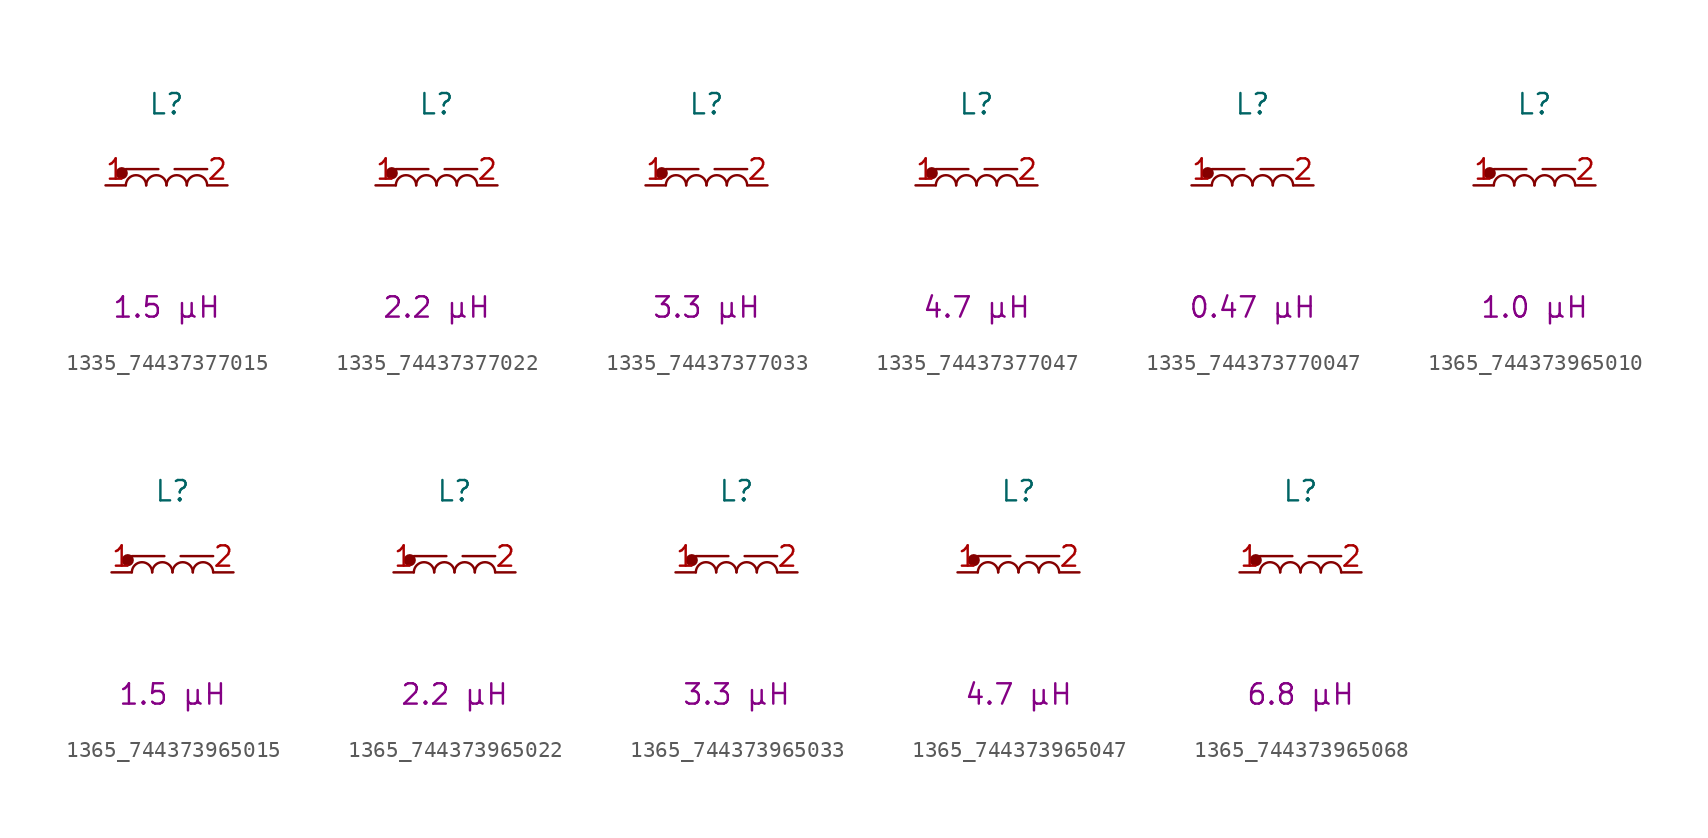
<source format=kicad_sym>
(kicad_symbol_lib
  (version 20220914)
  (generator kicad_symbol_editor)
  (symbol "1335_74437377015"
    (pin_names hide)
    (property "Reference" "L"
      (at 0 5.08 0)
      (effects (font (size 1.27 1.27))))
    (property "Critical Parameter" "1.5 µH"
      (at 0 -7.62 0)
      (effects (font (size 1.27 1.27))))
    (symbol "1335_74437377015_0_1"
      (arc (start -1.27 0) (mid -1.905 0.6323) (end -2.54 0) (stroke (width 0) (type default)) (fill (type none)))
      (arc (start 0 0) (mid -0.635 0.6323) (end -1.27 0) (stroke (width 0) (type default)) (fill (type none)))
      (polyline (pts (xy -2.54 1.016) (xy -0.508 1.016)) (stroke (width 0) (type default)) (fill (type none)))
      (arc (start 1.27 0) (mid 0.635 0.6323) (end 0 0) (stroke (width 0) (type default)) (fill (type none)))
      (arc (start 2.54 0) (mid 1.905 0.6323) (end 1.27 0) (stroke (width 0) (type default)) (fill (type none))))
    (symbol "1335_74437377015_1_1"
      (circle (center -2.794 0.762) (radius 0.0001) (stroke (width 0.381) (type default)) (fill (type none)))
      (polyline (pts (xy 2.54 1.016) (xy 0.508 1.016)) (stroke (width 0) (type default)) (fill (type none)))
      (pin passive line (at -3.81 0 0) (length 1.27) (name "1" (effects (font (size 1.27 1.27)))) (number "1" (effects (font (size 1.27 1.27)))))
      (pin passive line (at 3.81 0 180) (length 1.27) (name "2" (effects (font (size 1.27 1.27)))) (number "2" (effects (font (size 1.27 1.27)))))))
  (symbol "1335_74437377022"
    (pin_names hide)
    (property "Reference" "L"
      (at 0 5.08 0)
      (effects (font (size 1.27 1.27))))
    (property "Critical Parameter" "2.2 µH"
      (at 0 -7.62 0)
      (effects (font (size 1.27 1.27))))
    (symbol "1335_74437377022_0_1"
      (arc (start -1.27 0) (mid -1.905 0.6323) (end -2.54 0) (stroke (width 0) (type default)) (fill (type none)))
      (arc (start 0 0) (mid -0.635 0.6323) (end -1.27 0) (stroke (width 0) (type default)) (fill (type none)))
      (polyline (pts (xy -2.54 1.016) (xy -0.508 1.016)) (stroke (width 0) (type default)) (fill (type none)))
      (arc (start 1.27 0) (mid 0.635 0.6323) (end 0 0) (stroke (width 0) (type default)) (fill (type none)))
      (arc (start 2.54 0) (mid 1.905 0.6323) (end 1.27 0) (stroke (width 0) (type default)) (fill (type none))))
    (symbol "1335_74437377022_1_1"
      (circle (center -2.794 0.762) (radius 0.0001) (stroke (width 0.381) (type default)) (fill (type none)))
      (polyline (pts (xy 2.54 1.016) (xy 0.508 1.016)) (stroke (width 0) (type default)) (fill (type none)))
      (pin passive line (at -3.81 0 0) (length 1.27) (name "1" (effects (font (size 1.27 1.27)))) (number "1" (effects (font (size 1.27 1.27)))))
      (pin passive line (at 3.81 0 180) (length 1.27) (name "2" (effects (font (size 1.27 1.27)))) (number "2" (effects (font (size 1.27 1.27)))))))
  (symbol "1335_74437377033"
    (pin_names hide)
    (property "Reference" "L"
      (at 0 5.08 0)
      (effects (font (size 1.27 1.27))))
    (property "Critical Parameter" "3.3 µH"
      (at 0 -7.62 0)
      (effects (font (size 1.27 1.27))))
    (symbol "1335_74437377033_0_1"
      (arc (start -1.27 0) (mid -1.905 0.6323) (end -2.54 0) (stroke (width 0) (type default)) (fill (type none)))
      (arc (start 0 0) (mid -0.635 0.6323) (end -1.27 0) (stroke (width 0) (type default)) (fill (type none)))
      (polyline (pts (xy -2.54 1.016) (xy -0.508 1.016)) (stroke (width 0) (type default)) (fill (type none)))
      (arc (start 1.27 0) (mid 0.635 0.6323) (end 0 0) (stroke (width 0) (type default)) (fill (type none)))
      (arc (start 2.54 0) (mid 1.905 0.6323) (end 1.27 0) (stroke (width 0) (type default)) (fill (type none))))
    (symbol "1335_74437377033_1_1"
      (circle (center -2.794 0.762) (radius 0.0001) (stroke (width 0.381) (type default)) (fill (type none)))
      (polyline (pts (xy 2.54 1.016) (xy 0.508 1.016)) (stroke (width 0) (type default)) (fill (type none)))
      (pin passive line (at -3.81 0 0) (length 1.27) (name "1" (effects (font (size 1.27 1.27)))) (number "1" (effects (font (size 1.27 1.27)))))
      (pin passive line (at 3.81 0 180) (length 1.27) (name "2" (effects (font (size 1.27 1.27)))) (number "2" (effects (font (size 1.27 1.27)))))))
  (symbol "1335_74437377047"
    (pin_names hide)
    (property "Reference" "L"
      (at 0 5.08 0)
      (effects (font (size 1.27 1.27))))
    (property "Critical Parameter" "4.7 µH"
      (at 0 -7.62 0)
      (effects (font (size 1.27 1.27))))
    (symbol "1335_74437377047_0_1"
      (arc (start -1.27 0) (mid -1.905 0.6323) (end -2.54 0) (stroke (width 0) (type default)) (fill (type none)))
      (arc (start 0 0) (mid -0.635 0.6323) (end -1.27 0) (stroke (width 0) (type default)) (fill (type none)))
      (polyline (pts (xy -2.54 1.016) (xy -0.508 1.016)) (stroke (width 0) (type default)) (fill (type none)))
      (arc (start 1.27 0) (mid 0.635 0.6323) (end 0 0) (stroke (width 0) (type default)) (fill (type none)))
      (arc (start 2.54 0) (mid 1.905 0.6323) (end 1.27 0) (stroke (width 0) (type default)) (fill (type none))))
    (symbol "1335_74437377047_1_1"
      (circle (center -2.794 0.762) (radius 0.0001) (stroke (width 0.381) (type default)) (fill (type none)))
      (polyline (pts (xy 2.54 1.016) (xy 0.508 1.016)) (stroke (width 0) (type default)) (fill (type none)))
      (pin passive line (at -3.81 0 0) (length 1.27) (name "1" (effects (font (size 1.27 1.27)))) (number "1" (effects (font (size 1.27 1.27)))))
      (pin passive line (at 3.81 0 180) (length 1.27) (name "2" (effects (font (size 1.27 1.27)))) (number "2" (effects (font (size 1.27 1.27)))))))
  (symbol "1335_744373770047"
    (pin_names hide)
    (property "Reference" "L"
      (at 0 5.08 0)
      (effects (font (size 1.27 1.27))))
    (property "Critical Parameter" "0.47 µH"
      (at 0 -7.62 0)
      (effects (font (size 1.27 1.27))))
    (symbol "1335_744373770047_0_1"
      (arc (start -1.27 0) (mid -1.905 0.6323) (end -2.54 0) (stroke (width 0) (type default)) (fill (type none)))
      (arc (start 0 0) (mid -0.635 0.6323) (end -1.27 0) (stroke (width 0) (type default)) (fill (type none)))
      (polyline (pts (xy -2.54 1.016) (xy -0.508 1.016)) (stroke (width 0) (type default)) (fill (type none)))
      (arc (start 1.27 0) (mid 0.635 0.6323) (end 0 0) (stroke (width 0) (type default)) (fill (type none)))
      (arc (start 2.54 0) (mid 1.905 0.6323) (end 1.27 0) (stroke (width 0) (type default)) (fill (type none))))
    (symbol "1335_744373770047_1_1"
      (circle (center -2.794 0.762) (radius 0.0001) (stroke (width 0.381) (type default)) (fill (type none)))
      (polyline (pts (xy 2.54 1.016) (xy 0.508 1.016)) (stroke (width 0) (type default)) (fill (type none)))
      (pin passive line (at -3.81 0 0) (length 1.27) (name "1" (effects (font (size 1.27 1.27)))) (number "1" (effects (font (size 1.27 1.27)))))
      (pin passive line (at 3.81 0 180) (length 1.27) (name "2" (effects (font (size 1.27 1.27)))) (number "2" (effects (font (size 1.27 1.27)))))))
  (symbol "1365_744373965010"
    (pin_names hide)
    (property "Reference" "L"
      (at 0 5.08 0)
      (effects (font (size 1.27 1.27))))
    (property "Critical Parameter" "1.0 µH"
      (at 0 -7.62 0)
      (effects (font (size 1.27 1.27))))
    (symbol "1365_744373965010_0_1"
      (arc (start -1.27 0) (mid -1.905 0.6323) (end -2.54 0) (stroke (width 0) (type default)) (fill (type none)))
      (arc (start 0 0) (mid -0.635 0.6323) (end -1.27 0) (stroke (width 0) (type default)) (fill (type none)))
      (polyline (pts (xy -2.54 1.016) (xy -0.508 1.016)) (stroke (width 0) (type default)) (fill (type none)))
      (arc (start 1.27 0) (mid 0.635 0.6323) (end 0 0) (stroke (width 0) (type default)) (fill (type none)))
      (arc (start 2.54 0) (mid 1.905 0.6323) (end 1.27 0) (stroke (width 0) (type default)) (fill (type none))))
    (symbol "1365_744373965010_1_1"
      (circle (center -2.794 0.762) (radius 0.0001) (stroke (width 0.381) (type default)) (fill (type none)))
      (polyline (pts (xy 2.54 1.016) (xy 0.508 1.016)) (stroke (width 0) (type default)) (fill (type none)))
      (pin passive line (at -3.81 0 0) (length 1.27) (name "1" (effects (font (size 1.27 1.27)))) (number "1" (effects (font (size 1.27 1.27)))))
      (pin passive line (at 3.81 0 180) (length 1.27) (name "2" (effects (font (size 1.27 1.27)))) (number "2" (effects (font (size 1.27 1.27)))))))
  (symbol "1365_744373965015"
    (pin_names hide)
    (property "Reference" "L"
      (at 0 5.08 0)
      (effects (font (size 1.27 1.27))))
    (property "Critical Parameter" "1.5 µH"
      (at 0 -7.62 0)
      (effects (font (size 1.27 1.27))))
    (symbol "1365_744373965015_0_1"
      (arc (start -1.27 0) (mid -1.905 0.6323) (end -2.54 0) (stroke (width 0) (type default)) (fill (type none)))
      (arc (start 0 0) (mid -0.635 0.6323) (end -1.27 0) (stroke (width 0) (type default)) (fill (type none)))
      (polyline (pts (xy -2.54 1.016) (xy -0.508 1.016)) (stroke (width 0) (type default)) (fill (type none)))
      (arc (start 1.27 0) (mid 0.635 0.6323) (end 0 0) (stroke (width 0) (type default)) (fill (type none)))
      (arc (start 2.54 0) (mid 1.905 0.6323) (end 1.27 0) (stroke (width 0) (type default)) (fill (type none))))
    (symbol "1365_744373965015_1_1"
      (circle (center -2.794 0.762) (radius 0.0001) (stroke (width 0.381) (type default)) (fill (type none)))
      (polyline (pts (xy 2.54 1.016) (xy 0.508 1.016)) (stroke (width 0) (type default)) (fill (type none)))
      (pin passive line (at -3.81 0 0) (length 1.27) (name "1" (effects (font (size 1.27 1.27)))) (number "1" (effects (font (size 1.27 1.27)))))
      (pin passive line (at 3.81 0 180) (length 1.27) (name "2" (effects (font (size 1.27 1.27)))) (number "2" (effects (font (size 1.27 1.27)))))))
  (symbol "1365_744373965022"
    (pin_names hide)
    (property "Reference" "L"
      (at 0 5.08 0)
      (effects (font (size 1.27 1.27))))
    (property "Critical Parameter" "2.2 µH"
      (at 0 -7.62 0)
      (effects (font (size 1.27 1.27))))
    (symbol "1365_744373965022_0_1"
      (arc (start -1.27 0) (mid -1.905 0.6323) (end -2.54 0) (stroke (width 0) (type default)) (fill (type none)))
      (arc (start 0 0) (mid -0.635 0.6323) (end -1.27 0) (stroke (width 0) (type default)) (fill (type none)))
      (polyline (pts (xy -2.54 1.016) (xy -0.508 1.016)) (stroke (width 0) (type default)) (fill (type none)))
      (arc (start 1.27 0) (mid 0.635 0.6323) (end 0 0) (stroke (width 0) (type default)) (fill (type none)))
      (arc (start 2.54 0) (mid 1.905 0.6323) (end 1.27 0) (stroke (width 0) (type default)) (fill (type none))))
    (symbol "1365_744373965022_1_1"
      (circle (center -2.794 0.762) (radius 0.0001) (stroke (width 0.381) (type default)) (fill (type none)))
      (polyline (pts (xy 2.54 1.016) (xy 0.508 1.016)) (stroke (width 0) (type default)) (fill (type none)))
      (pin passive line (at -3.81 0 0) (length 1.27) (name "1" (effects (font (size 1.27 1.27)))) (number "1" (effects (font (size 1.27 1.27)))))
      (pin passive line (at 3.81 0 180) (length 1.27) (name "2" (effects (font (size 1.27 1.27)))) (number "2" (effects (font (size 1.27 1.27)))))))
  (symbol "1365_744373965033"
    (pin_names hide)
    (property "Reference" "L"
      (at 0 5.08 0)
      (effects (font (size 1.27 1.27))))
    (property "Critical Parameter" "3.3 µH"
      (at 0 -7.62 0)
      (effects (font (size 1.27 1.27))))
    (symbol "1365_744373965033_0_1"
      (arc (start -1.27 0) (mid -1.905 0.6323) (end -2.54 0) (stroke (width 0) (type default)) (fill (type none)))
      (arc (start 0 0) (mid -0.635 0.6323) (end -1.27 0) (stroke (width 0) (type default)) (fill (type none)))
      (polyline (pts (xy -2.54 1.016) (xy -0.508 1.016)) (stroke (width 0) (type default)) (fill (type none)))
      (arc (start 1.27 0) (mid 0.635 0.6323) (end 0 0) (stroke (width 0) (type default)) (fill (type none)))
      (arc (start 2.54 0) (mid 1.905 0.6323) (end 1.27 0) (stroke (width 0) (type default)) (fill (type none))))
    (symbol "1365_744373965033_1_1"
      (circle (center -2.794 0.762) (radius 0.0001) (stroke (width 0.381) (type default)) (fill (type none)))
      (polyline (pts (xy 2.54 1.016) (xy 0.508 1.016)) (stroke (width 0) (type default)) (fill (type none)))
      (pin passive line (at -3.81 0 0) (length 1.27) (name "1" (effects (font (size 1.27 1.27)))) (number "1" (effects (font (size 1.27 1.27)))))
      (pin passive line (at 3.81 0 180) (length 1.27) (name "2" (effects (font (size 1.27 1.27)))) (number "2" (effects (font (size 1.27 1.27)))))))
  (symbol "1365_744373965047"
    (pin_names hide)
    (property "Reference" "L"
      (at 0 5.08 0)
      (effects (font (size 1.27 1.27))))
    (property "Critical Parameter" "4.7 µH"
      (at 0 -7.62 0)
      (effects (font (size 1.27 1.27))))
    (symbol "1365_744373965047_0_1"
      (arc (start -1.27 0) (mid -1.905 0.6323) (end -2.54 0) (stroke (width 0) (type default)) (fill (type none)))
      (arc (start 0 0) (mid -0.635 0.6323) (end -1.27 0) (stroke (width 0) (type default)) (fill (type none)))
      (polyline (pts (xy -2.54 1.016) (xy -0.508 1.016)) (stroke (width 0) (type default)) (fill (type none)))
      (arc (start 1.27 0) (mid 0.635 0.6323) (end 0 0) (stroke (width 0) (type default)) (fill (type none)))
      (arc (start 2.54 0) (mid 1.905 0.6323) (end 1.27 0) (stroke (width 0) (type default)) (fill (type none))))
    (symbol "1365_744373965047_1_1"
      (circle (center -2.794 0.762) (radius 0.0001) (stroke (width 0.381) (type default)) (fill (type none)))
      (polyline (pts (xy 2.54 1.016) (xy 0.508 1.016)) (stroke (width 0) (type default)) (fill (type none)))
      (pin passive line (at -3.81 0 0) (length 1.27) (name "1" (effects (font (size 1.27 1.27)))) (number "1" (effects (font (size 1.27 1.27)))))
      (pin passive line (at 3.81 0 180) (length 1.27) (name "2" (effects (font (size 1.27 1.27)))) (number "2" (effects (font (size 1.27 1.27)))))))
  (symbol "1365_744373965068"
    (pin_names hide)
    (property "Reference" "L"
      (at 0 5.08 0)
      (effects (font (size 1.27 1.27))))
    (property "Critical Parameter" "6.8 µH"
      (at 0 -7.62 0)
      (effects (font (size 1.27 1.27))))
    (symbol "1365_744373965068_0_1"
      (arc (start -1.27 0) (mid -1.905 0.6323) (end -2.54 0) (stroke (width 0) (type default)) (fill (type none)))
      (arc (start 0 0) (mid -0.635 0.6323) (end -1.27 0) (stroke (width 0) (type default)) (fill (type none)))
      (polyline (pts (xy -2.54 1.016) (xy -0.508 1.016)) (stroke (width 0) (type default)) (fill (type none)))
      (arc (start 1.27 0) (mid 0.635 0.6323) (end 0 0) (stroke (width 0) (type default)) (fill (type none)))
      (arc (start 2.54 0) (mid 1.905 0.6323) (end 1.27 0) (stroke (width 0) (type default)) (fill (type none))))
    (symbol "1365_744373965068_1_1"
      (circle (center -2.794 0.762) (radius 0.0001) (stroke (width 0.381) (type default)) (fill (type none)))
      (polyline (pts (xy 2.54 1.016) (xy 0.508 1.016)) (stroke (width 0) (type default)) (fill (type none)))
      (pin passive line (at -3.81 0 0) (length 1.27) (name "1" (effects (font (size 1.27 1.27)))) (number "1" (effects (font (size 1.27 1.27)))))
      (pin passive line (at 3.81 0 180) (length 1.27) (name "2" (effects (font (size 1.27 1.27)))) (number "2" (effects (font (size 1.27 1.27))))))))
</source>
